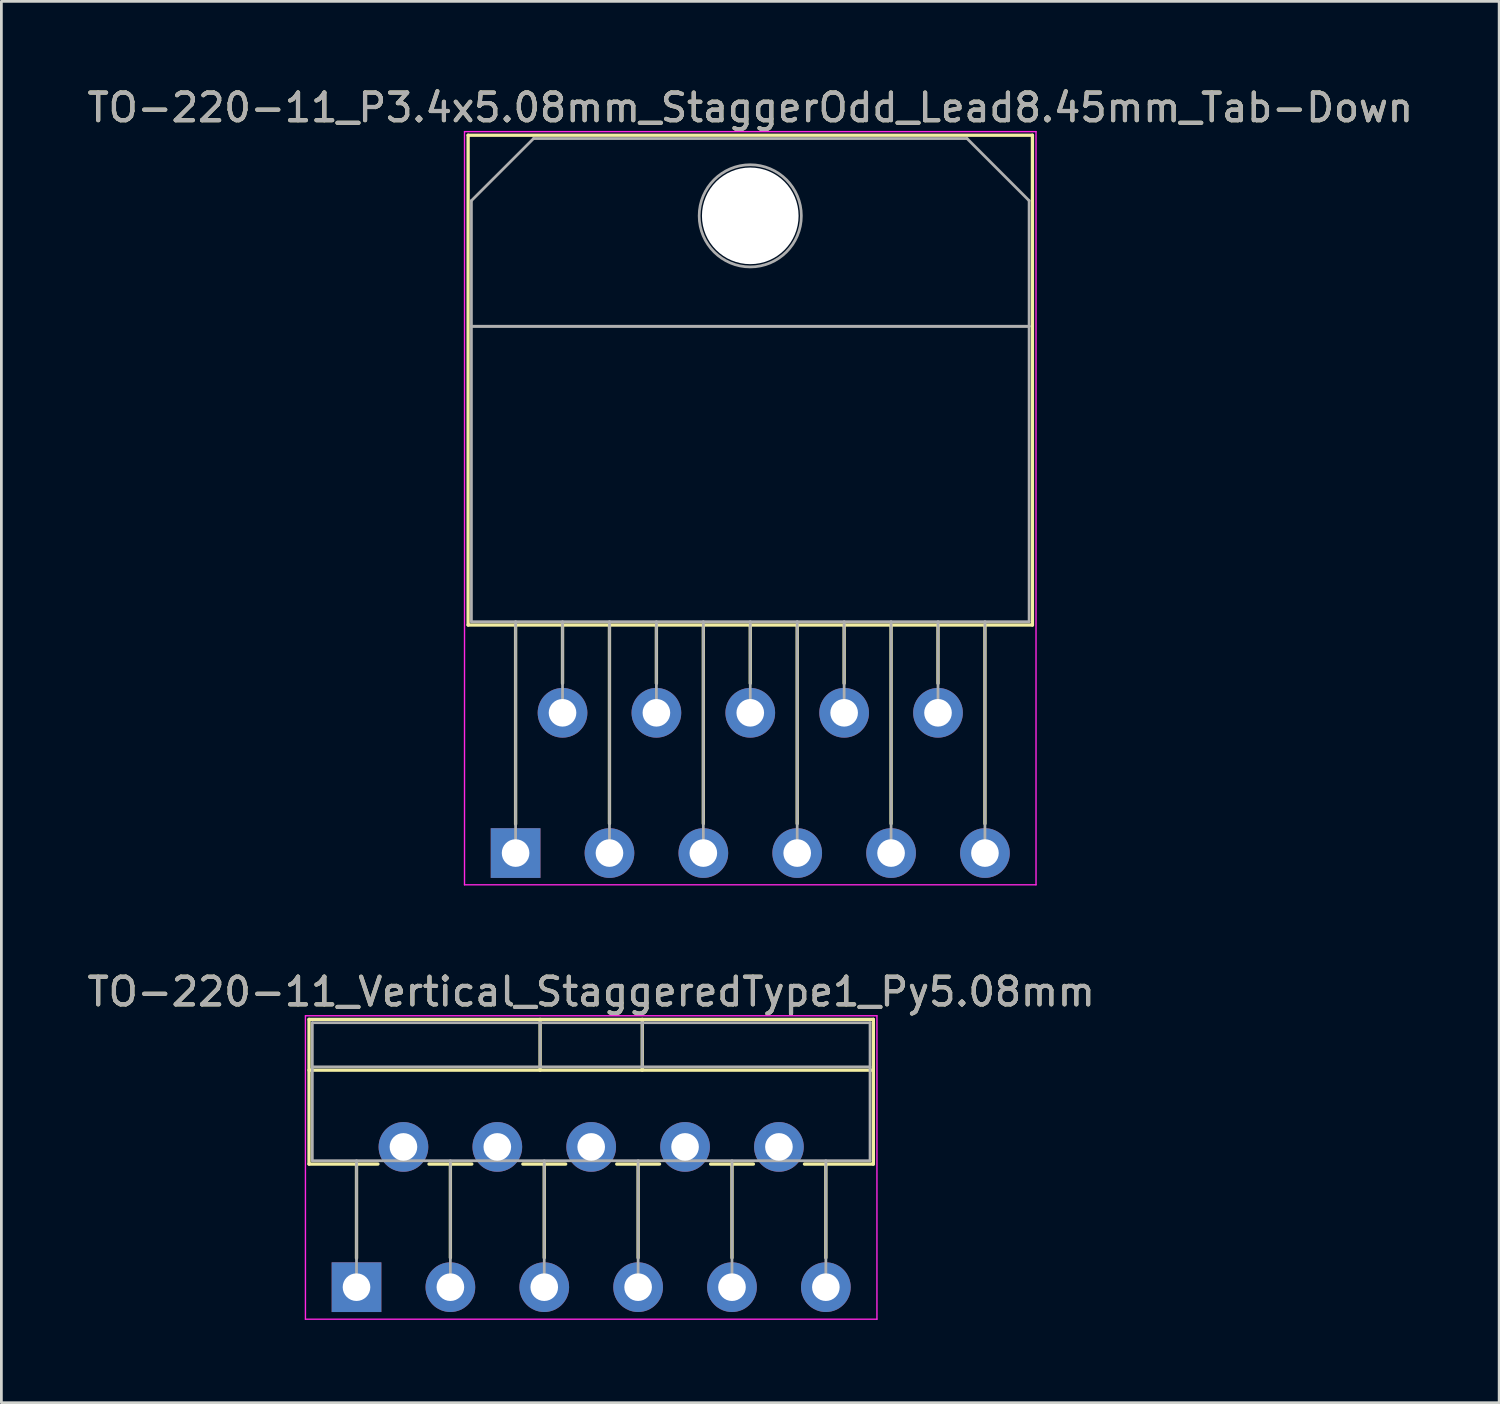
<source format=kicad_pcb>
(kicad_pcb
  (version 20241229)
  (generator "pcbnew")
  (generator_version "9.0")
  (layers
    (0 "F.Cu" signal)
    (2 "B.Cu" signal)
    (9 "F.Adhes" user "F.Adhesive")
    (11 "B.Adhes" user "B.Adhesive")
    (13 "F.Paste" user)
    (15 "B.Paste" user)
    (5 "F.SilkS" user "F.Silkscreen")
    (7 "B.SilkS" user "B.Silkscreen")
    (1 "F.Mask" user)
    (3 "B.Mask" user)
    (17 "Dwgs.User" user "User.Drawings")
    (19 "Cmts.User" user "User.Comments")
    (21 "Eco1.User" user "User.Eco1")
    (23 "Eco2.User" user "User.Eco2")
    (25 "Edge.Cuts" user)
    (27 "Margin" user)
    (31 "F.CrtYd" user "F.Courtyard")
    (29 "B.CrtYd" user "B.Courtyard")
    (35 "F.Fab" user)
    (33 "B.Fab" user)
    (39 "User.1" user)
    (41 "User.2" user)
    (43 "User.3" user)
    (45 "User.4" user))
  (footprint "TO-220-11_Vertical_StaggeredType1_Py5.08mm"
    (layer "F.Cu")
    (at 9.863 43.572)
    (property "Reference" "TO-220-11_Vertical_StaggeredType1_Py5.08mm" (at 8.5 -10.7 0) (layer "F.SilkS") (effects (font (size 1 1) (thickness 0.15))))
    (attr through_hole)
    (fp_line (start -1.72 -9.7) (end -1.72 -4.459) (stroke (width 0.12) (type solid)) (layer "F.SilkS"))
    (fp_line (start -1.72 -9.7) (end 18.72 -9.7) (stroke (width 0.12) (type solid)) (layer "F.SilkS"))
    (fp_line (start -1.72 -7.86) (end 18.72 -7.86) (stroke (width 0.12) (type solid)) (layer "F.SilkS"))
    (fp_line (start -1.72 -4.459) (end 0.776 -4.459) (stroke (width 0.12) (type solid)) (layer "F.SilkS"))
    (fp_line (start 0 -4.459) (end 0 -1.05) (stroke (width 0.12) (type solid)) (layer "F.SilkS"))
    (fp_line (start 2.625 -4.459) (end 4.176 -4.459) (stroke (width 0.12) (type solid)) (layer "F.SilkS"))
    (fp_line (start 3.4 -4.459) (end 3.4 -1.065) (stroke (width 0.12) (type solid)) (layer "F.SilkS"))
    (fp_line (start 6.025 -4.459) (end 7.576 -4.459) (stroke (width 0.12) (type solid)) (layer "F.SilkS"))
    (fp_line (start 6.65 -9.7) (end 6.65 -7.86) (stroke (width 0.12) (type solid)) (layer "F.SilkS"))
    (fp_line (start 6.8 -4.459) (end 6.8 -1.065) (stroke (width 0.12) (type solid)) (layer "F.SilkS"))
    (fp_line (start 9.425 -4.459) (end 10.976 -4.459) (stroke (width 0.12) (type solid)) (layer "F.SilkS"))
    (fp_line (start 10.2 -4.459) (end 10.2 -1.065) (stroke (width 0.12) (type solid)) (layer "F.SilkS"))
    (fp_line (start 10.35 -9.7) (end 10.35 -7.86) (stroke (width 0.12) (type solid)) (layer "F.SilkS"))
    (fp_line (start 12.825 -4.459) (end 14.376 -4.459) (stroke (width 0.12) (type solid)) (layer "F.SilkS"))
    (fp_line (start 13.6 -4.459) (end 13.6 -1.065) (stroke (width 0.12) (type solid)) (layer "F.SilkS"))
    (fp_line (start 16.225 -4.459) (end 18.72 -4.459) (stroke (width 0.12) (type solid)) (layer "F.SilkS"))
    (fp_line (start 17 -4.459) (end 17 -1.065) (stroke (width 0.12) (type solid)) (layer "F.SilkS"))
    (fp_line (start 18.72 -9.7) (end 18.72 -4.459) (stroke (width 0.12) (type solid)) (layer "F.SilkS"))
    (fp_line (start -1.85 -9.83) (end -1.85 1.16) (stroke (width 0.05) (type solid)) (layer "F.CrtYd"))
    (fp_line (start -1.85 1.16) (end 18.85 1.16) (stroke (width 0.05) (type solid)) (layer "F.CrtYd"))
    (fp_line (start 18.85 -9.83) (end -1.85 -9.83) (stroke (width 0.05) (type solid)) (layer "F.CrtYd"))
    (fp_line (start 18.85 1.16) (end 18.85 -9.83) (stroke (width 0.05) (type solid)) (layer "F.CrtYd"))
    (fp_line (start -1.6 -9.58) (end -1.6 -4.58) (stroke (width 0.1) (type solid)) (layer "F.Fab"))
    (fp_line (start -1.6 -7.98) (end 18.6 -7.98) (stroke (width 0.1) (type solid)) (layer "F.Fab"))
    (fp_line (start -1.6 -4.58) (end 18.6 -4.58) (stroke (width 0.1) (type solid)) (layer "F.Fab"))
    (fp_line (start 0 -4.58) (end 0 0) (stroke (width 0.1) (type solid)) (layer "F.Fab"))
    (fp_line (start 3.4 -4.58) (end 3.4 0) (stroke (width 0.1) (type solid)) (layer "F.Fab"))
    (fp_line (start 6.65 -9.58) (end 6.65 -7.98) (stroke (width 0.1) (type solid)) (layer "F.Fab"))
    (fp_line (start 6.8 -4.58) (end 6.8 0) (stroke (width 0.1) (type solid)) (layer "F.Fab"))
    (fp_line (start 10.2 -4.58) (end 10.2 0) (stroke (width 0.1) (type solid)) (layer "F.Fab"))
    (fp_line (start 10.35 -9.58) (end 10.35 -7.98) (stroke (width 0.1) (type solid)) (layer "F.Fab"))
    (fp_line (start 13.6 -4.58) (end 13.6 0) (stroke (width 0.1) (type solid)) (layer "F.Fab"))
    (fp_line (start 17 -4.58) (end 17 0) (stroke (width 0.1) (type solid)) (layer "F.Fab"))
    (fp_line (start 18.6 -9.58) (end -1.6 -9.58) (stroke (width 0.1) (type solid)) (layer "F.Fab"))
    (fp_line (start 18.6 -4.58) (end 18.6 -9.58) (stroke (width 0.1) (type solid)) (layer "F.Fab"))
    (fp_text user "${REFERENCE}" (at 8.5 -10.7 0) (layer "F.Fab") (effects (font (size 1 1) (thickness 0.15))))
    (pad "1" thru_hole rect (at 0 0) (size 1.8 1.8) (drill 1) (layers "*.Cu" "*.Mask"))
    (pad "2" thru_hole oval (at 1.7 -5.08) (size 1.8 1.8) (drill 1) (layers "*.Cu" "*.Mask"))
    (pad "3" thru_hole oval (at 3.4 0) (size 1.8 1.8) (drill 1) (layers "*.Cu" "*.Mask"))
    (pad "4" thru_hole oval (at 5.1 -5.08) (size 1.8 1.8) (drill 1) (layers "*.Cu" "*.Mask"))
    (pad "5" thru_hole oval (at 6.8 0) (size 1.8 1.8) (drill 1) (layers "*.Cu" "*.Mask"))
    (pad "6" thru_hole oval (at 8.5 -5.08) (size 1.8 1.8) (drill 1) (layers "*.Cu" "*.Mask"))
    (pad "7" thru_hole oval (at 10.2 0) (size 1.8 1.8) (drill 1) (layers "*.Cu" "*.Mask"))
    (pad "8" thru_hole oval (at 11.9 -5.08) (size 1.8 1.8) (drill 1) (layers "*.Cu" "*.Mask"))
    (pad "9" thru_hole oval (at 13.6 0) (size 1.8 1.8) (drill 1) (layers "*.Cu" "*.Mask"))
    (pad "10" thru_hole oval (at 15.3 -5.08) (size 1.8 1.8) (drill 1) (layers "*.Cu" "*.Mask"))
    (pad "11" thru_hole oval (at 17 0) (size 1.8 1.8) (drill 1) (layers "*.Cu" "*.Mask")))
  (footprint "TO-220-11_P3.4x5.08mm_StaggerOdd_Lead8.45mm_Tab-Down"
    (layer "F.Cu")
    (at 15.625 27.848)
    (property "Reference" "TO-220-11_P3.4x5.08mm_StaggerOdd_Lead8.45mm_Tab-Down" (at 8.5 -27 0) (layer "F.SilkS") (effects (font (size 1 1) (thickness 0.15))))
    (attr through_hole)
    (fp_line (start -1.72 -26) (end -1.72 -8.26) (stroke (width 0.12) (type solid)) (layer "F.SilkS"))
    (fp_line (start -1.72 -26) (end 18.72 -26) (stroke (width 0.12) (type solid)) (layer "F.SilkS"))
    (fp_line (start -1.72 -8.26) (end 18.72 -8.26) (stroke (width 0.12) (type solid)) (layer "F.SilkS"))
    (fp_line (start 0 -8.255) (end 0 -1.05) (stroke (width 0.12) (type solid)) (layer "F.SilkS"))
    (fp_line (start 1.7 -8.26) (end 1.7 -6.146) (stroke (width 0.12) (type solid)) (layer "F.SilkS"))
    (fp_line (start 3.4 -8.255) (end 3.4 -1.065) (stroke (width 0.12) (type solid)) (layer "F.SilkS"))
    (fp_line (start 5.1 -8.26) (end 5.1 -6.146) (stroke (width 0.12) (type solid)) (layer "F.SilkS"))
    (fp_line (start 6.8 -8.255) (end 6.8 -1.065) (stroke (width 0.12) (type solid)) (layer "F.SilkS"))
    (fp_line (start 8.5 -8.26) (end 8.5 -6.146) (stroke (width 0.12) (type solid)) (layer "F.SilkS"))
    (fp_line (start 10.2 -8.255) (end 10.2 -1.065) (stroke (width 0.12) (type solid)) (layer "F.SilkS"))
    (fp_line (start 11.9 -8.26) (end 11.9 -6.146) (stroke (width 0.12) (type solid)) (layer "F.SilkS"))
    (fp_line (start 13.6 -8.255) (end 13.6 -1.065) (stroke (width 0.12) (type solid)) (layer "F.SilkS"))
    (fp_line (start 15.3 -8.26) (end 15.3 -6.146) (stroke (width 0.12) (type solid)) (layer "F.SilkS"))
    (fp_line (start 17 -8.255) (end 17 -1.065) (stroke (width 0.12) (type solid)) (layer "F.SilkS"))
    (fp_line (start 18.72 -26) (end 18.72 -8.26) (stroke (width 0.12) (type solid)) (layer "F.SilkS"))
    (fp_line (start -1.85 -26.13) (end -1.85 1.15) (stroke (width 0.05) (type solid)) (layer "F.CrtYd"))
    (fp_line (start -1.85 1.15) (end 18.85 1.15) (stroke (width 0.05) (type solid)) (layer "F.CrtYd"))
    (fp_line (start 18.85 -26.13) (end -1.85 -26.13) (stroke (width 0.05) (type solid)) (layer "F.CrtYd"))
    (fp_line (start 18.85 1.15) (end 18.85 -26.13) (stroke (width 0.05) (type solid)) (layer "F.CrtYd"))
    (fp_line (start -1.6 -23.63) (end 0.651 -25.88) (stroke (width 0.1) (type solid)) (layer "F.Fab"))
    (fp_line (start -1.6 -19.08) (end -1.6 -23.63) (stroke (width 0.1) (type solid)) (layer "F.Fab"))
    (fp_line (start -1.6 -19.08) (end 18.6 -19.08) (stroke (width 0.1) (type solid)) (layer "F.Fab"))
    (fp_line (start -1.6 -8.38) (end -1.6 -19.08) (stroke (width 0.1) (type solid)) (layer "F.Fab"))
    (fp_line (start 0 -8.382) (end 0 0) (stroke (width 0.1) (type solid)) (layer "F.Fab"))
    (fp_line (start 0.651 -25.88) (end 16.351 -25.88) (stroke (width 0.1) (type solid)) (layer "F.Fab"))
    (fp_line (start 1.7 -8.38) (end 1.7 -5.08) (stroke (width 0.1) (type solid)) (layer "F.Fab"))
    (fp_line (start 3.4 -8.382) (end 3.4 0) (stroke (width 0.1) (type solid)) (layer "F.Fab"))
    (fp_line (start 5.1 -8.38) (end 5.1 -5.08) (stroke (width 0.1) (type solid)) (layer "F.Fab"))
    (fp_line (start 6.8 -8.382) (end 6.8 0) (stroke (width 0.1) (type solid)) (layer "F.Fab"))
    (fp_line (start 8.5 -8.38) (end 8.5 -5.08) (stroke (width 0.1) (type solid)) (layer "F.Fab"))
    (fp_line (start 10.2 -8.382) (end 10.2 0) (stroke (width 0.1) (type solid)) (layer "F.Fab"))
    (fp_line (start 11.9 -8.38) (end 11.9 -5.08) (stroke (width 0.1) (type solid)) (layer "F.Fab"))
    (fp_line (start 13.6 -8.382) (end 13.6 0) (stroke (width 0.1) (type solid)) (layer "F.Fab"))
    (fp_line (start 15.3 -8.38) (end 15.3 -5.08) (stroke (width 0.1) (type solid)) (layer "F.Fab"))
    (fp_line (start 16.351 -25.88) (end 18.6 -23.63) (stroke (width 0.1) (type solid)) (layer "F.Fab"))
    (fp_line (start 17 -8.382) (end 17 0) (stroke (width 0.1) (type solid)) (layer "F.Fab"))
    (fp_line (start 18.6 -23.63) (end 18.6 -19.08) (stroke (width 0.1) (type solid)) (layer "F.Fab"))
    (fp_line (start 18.6 -19.08) (end -1.6 -19.08) (stroke (width 0.1) (type solid)) (layer "F.Fab"))
    (fp_line (start 18.6 -19.08) (end 18.6 -8.38) (stroke (width 0.1) (type solid)) (layer "F.Fab"))
    (fp_line (start 18.6 -8.38) (end -1.6 -8.38) (stroke (width 0.1) (type solid)) (layer "F.Fab"))
    (fp_circle (center 8.5 -23.08) (end 10.35 -23.08) (stroke (width 0.1) (type solid)) (fill no) (layer "F.Fab"))
    (fp_text user "${REFERENCE}" (at 8.5 -27 0) (layer "F.Fab") (effects (font (size 1 1) (thickness 0.15))))
    (pad "" np_thru_hole oval (at 8.5 -23.08) (size 3.5 3.5) (drill 3.5) (layers "*.Cu" "*.Mask"))
    (pad "1" thru_hole rect (at 0 0) (size 1.8 1.8) (drill 1) (layers "*.Cu" "*.Mask"))
    (pad "2" thru_hole oval (at 1.7 -5.08) (size 1.8 1.8) (drill 1) (layers "*.Cu" "*.Mask"))
    (pad "3" thru_hole oval (at 3.4 0) (size 1.8 1.8) (drill 1) (layers "*.Cu" "*.Mask"))
    (pad "4" thru_hole oval (at 5.1 -5.08) (size 1.8 1.8) (drill 1) (layers "*.Cu" "*.Mask"))
    (pad "5" thru_hole oval (at 6.8 0) (size 1.8 1.8) (drill 1) (layers "*.Cu" "*.Mask"))
    (pad "6" thru_hole oval (at 8.5 -5.08) (size 1.8 1.8) (drill 1) (layers "*.Cu" "*.Mask"))
    (pad "7" thru_hole oval (at 10.2 0) (size 1.8 1.8) (drill 1) (layers "*.Cu" "*.Mask"))
    (pad "8" thru_hole oval (at 11.9 -5.08) (size 1.8 1.8) (drill 1) (layers "*.Cu" "*.Mask"))
    (pad "9" thru_hole oval (at 13.6 0) (size 1.8 1.8) (drill 1) (layers "*.Cu" "*.Mask"))
    (pad "10" thru_hole oval (at 15.3 -5.08) (size 1.8 1.8) (drill 1) (layers "*.Cu" "*.Mask"))
    (pad "11" thru_hole oval (at 17 0) (size 1.8 1.8) (drill 1) (layers "*.Cu" "*.Mask")))
  (gr_rect
    (start -3 -3)
    (end 51.25 47.757)
    (stroke (width 0.1) (type default))
    (fill no)
    (layer "Edge.Cuts")))
</source>
